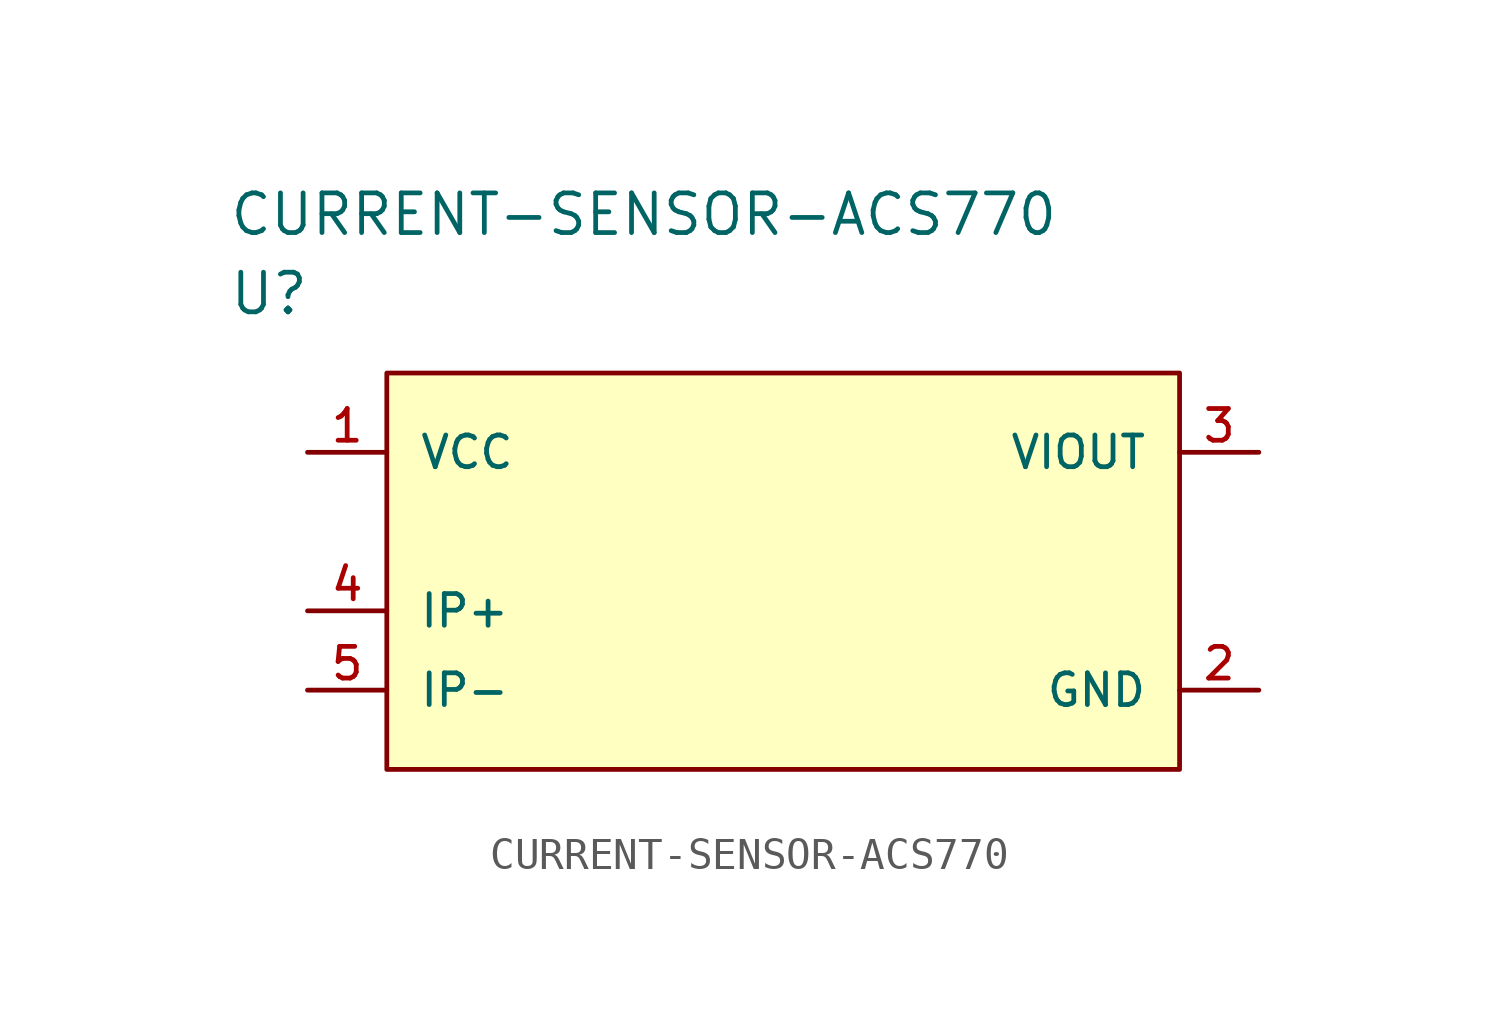
<source format=kicad_sym>
(kicad_symbol_lib
  (version 20241209)
  (generator "kicad_symbol_editor")
  (generator_version "9.0")
  (symbol "CURRENT-SENSOR-ACS770"
    (pin_names
      (offset 1.016))
    (property "Reference" "U"
      (at 0 5.08 0)
      (effects (font (size 1.27 1.27)) (justify left)))
    (property "Value" "CURRENT-SENSOR-ACS770"
      (at 0 7.62 0)
      (effects (font (size 1.27 1.27)) (justify left)))
    (symbol "CURRENT-SENSOR-ACS770_1_1"
      (rectangle (start 5.08 2.54) (end 30.48 -10.16) (stroke (width 0) (type solid)) (fill (type background)))
      (pin power_in line (at 2.54 0 0) (length 2.54) (name "VCC" (effects (font (size 1.016 1.016)))) (number "1" (effects (font (size 1.016 1.016)))))
      (pin passive line (at 2.54 -5.08 0) (length 2.54) (name "IP+" (effects (font (size 1.016 1.016)))) (number "4" (effects (font (size 1.016 1.016)))))
      (pin passive line (at 2.54 -7.62 0) (length 2.54) (name "IP-" (effects (font (size 1.016 1.016)))) (number "5" (effects (font (size 1.016 1.016)))))
      (pin passive line (at 33.02 0 180) (length 2.54) (name "VIOUT" (effects (font (size 1.016 1.016)))) (number "3" (effects (font (size 1.016 1.016)))))
      (pin power_in line (at 33.02 -7.62 180) (length 2.54) (name "GND" (effects (font (size 1.016 1.016)))) (number "2" (effects (font (size 1.016 1.016))))))))
</source>
